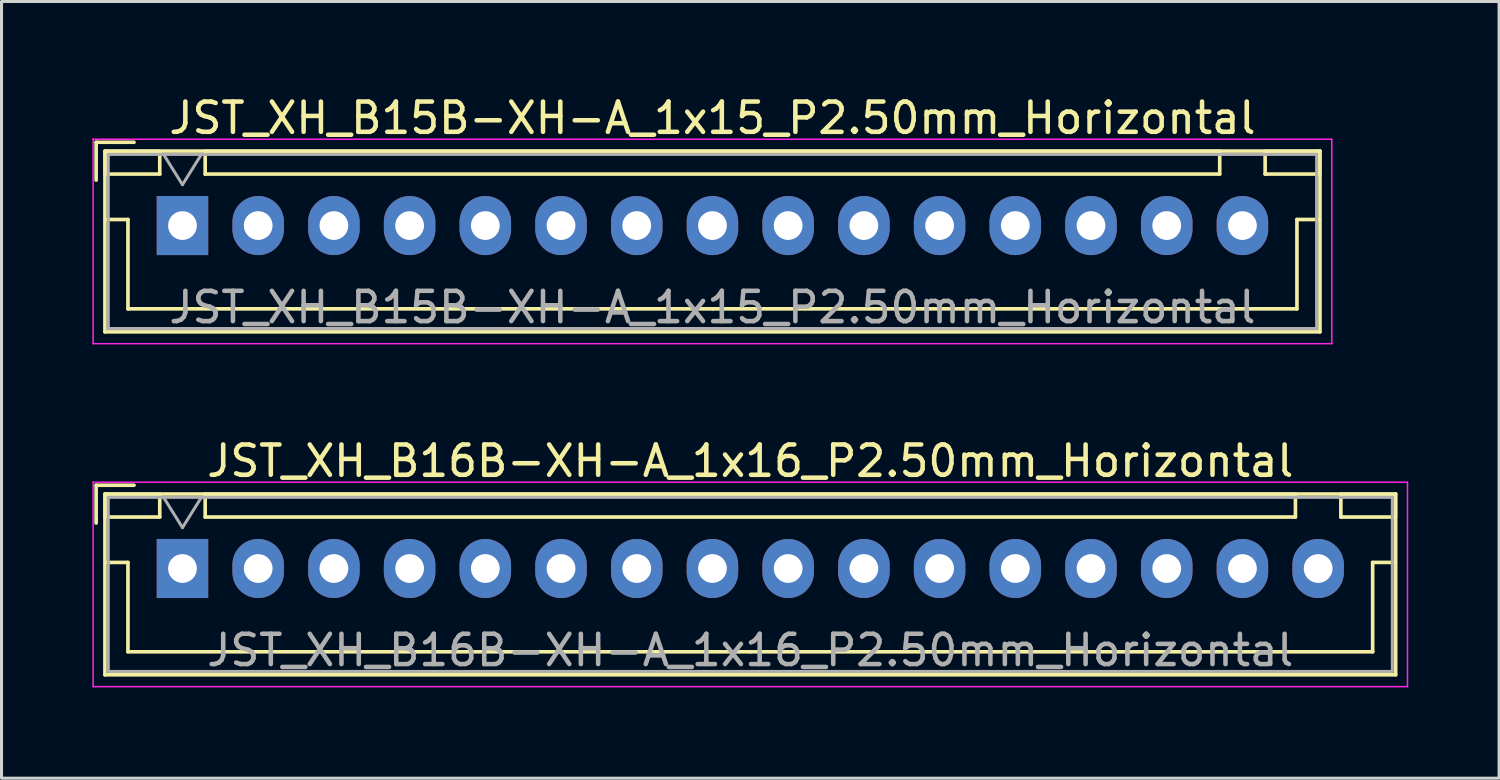
<source format=kicad_pcb>
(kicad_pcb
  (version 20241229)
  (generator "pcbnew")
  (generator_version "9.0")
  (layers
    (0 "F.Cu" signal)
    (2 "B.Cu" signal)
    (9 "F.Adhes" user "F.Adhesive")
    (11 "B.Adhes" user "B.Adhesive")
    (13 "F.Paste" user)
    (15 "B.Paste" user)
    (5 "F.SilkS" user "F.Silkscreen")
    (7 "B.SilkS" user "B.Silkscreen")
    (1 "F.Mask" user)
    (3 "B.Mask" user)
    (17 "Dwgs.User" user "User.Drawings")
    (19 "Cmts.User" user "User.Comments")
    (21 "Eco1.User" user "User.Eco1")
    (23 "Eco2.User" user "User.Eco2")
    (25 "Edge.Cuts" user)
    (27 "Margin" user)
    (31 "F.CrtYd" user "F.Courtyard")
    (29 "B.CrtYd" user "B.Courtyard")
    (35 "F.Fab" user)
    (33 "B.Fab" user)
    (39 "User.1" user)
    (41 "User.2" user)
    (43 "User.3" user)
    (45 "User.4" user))
  (footprint "JST_XH_B15B-XH-A_1x15_P2.50mm_Horizontal"
    (layer "F.Cu")
    (at 2.975 4.398)
    (property "Reference" "JST_XH_B15B-XH-A_1x15_P2.50mm_Horizontal" (at 17.5 -3.55 0) (layer "F.SilkS") (effects (font (size 1 1) (thickness 0.15))))
    (attr through_hole)
    (fp_line (start -2.85 -2.75) (end -2.85 -1.5) (stroke (width 0.12) (type solid)) (layer "F.SilkS"))
    (fp_line (start -2.56 -2.46) (end -2.56 3.51) (stroke (width 0.12) (type solid)) (layer "F.SilkS"))
    (fp_line (start -2.56 3.51) (end 37.56 3.51) (stroke (width 0.12) (type solid)) (layer "F.SilkS"))
    (fp_line (start -2.55 -2.45) (end -2.55 -1.7) (stroke (width 0.12) (type solid)) (layer "F.SilkS"))
    (fp_line (start -2.55 -1.7) (end -0.75 -1.7) (stroke (width 0.12) (type solid)) (layer "F.SilkS"))
    (fp_line (start -2.55 -0.2) (end -1.8 -0.2) (stroke (width 0.12) (type solid)) (layer "F.SilkS"))
    (fp_line (start -1.8 -0.2) (end -1.8 2.75) (stroke (width 0.12) (type solid)) (layer "F.SilkS"))
    (fp_line (start -1.8 2.75) (end 17.5 2.75) (stroke (width 0.12) (type solid)) (layer "F.SilkS"))
    (fp_line (start -1.6 -2.75) (end -2.85 -2.75) (stroke (width 0.12) (type solid)) (layer "F.SilkS"))
    (fp_line (start -0.75 -2.45) (end -2.55 -2.45) (stroke (width 0.12) (type solid)) (layer "F.SilkS"))
    (fp_line (start -0.75 -1.7) (end -0.75 -2.45) (stroke (width 0.12) (type solid)) (layer "F.SilkS"))
    (fp_line (start 0.75 -2.45) (end 0.75 -1.7) (stroke (width 0.12) (type solid)) (layer "F.SilkS"))
    (fp_line (start 0.75 -1.7) (end 34.25 -1.7) (stroke (width 0.12) (type solid)) (layer "F.SilkS"))
    (fp_line (start 34.25 -2.45) (end 0.75 -2.45) (stroke (width 0.12) (type solid)) (layer "F.SilkS"))
    (fp_line (start 34.25 -1.7) (end 34.25 -2.45) (stroke (width 0.12) (type solid)) (layer "F.SilkS"))
    (fp_line (start 35.75 -2.45) (end 35.75 -1.7) (stroke (width 0.12) (type solid)) (layer "F.SilkS"))
    (fp_line (start 35.75 -1.7) (end 37.55 -1.7) (stroke (width 0.12) (type solid)) (layer "F.SilkS"))
    (fp_line (start 36.8 -0.2) (end 36.8 2.75) (stroke (width 0.12) (type solid)) (layer "F.SilkS"))
    (fp_line (start 36.8 2.75) (end 17.5 2.75) (stroke (width 0.12) (type solid)) (layer "F.SilkS"))
    (fp_line (start 37.55 -2.45) (end 35.75 -2.45) (stroke (width 0.12) (type solid)) (layer "F.SilkS"))
    (fp_line (start 37.55 -1.7) (end 37.55 -2.45) (stroke (width 0.12) (type solid)) (layer "F.SilkS"))
    (fp_line (start 37.55 -0.2) (end 36.8 -0.2) (stroke (width 0.12) (type solid)) (layer "F.SilkS"))
    (fp_line (start 37.56 -2.46) (end -2.56 -2.46) (stroke (width 0.12) (type solid)) (layer "F.SilkS"))
    (fp_line (start 37.56 3.51) (end 37.56 -2.46) (stroke (width 0.12) (type solid)) (layer "F.SilkS"))
    (fp_line (start -2.95 -2.85) (end -2.95 3.9) (stroke (width 0.05) (type solid)) (layer "F.CrtYd"))
    (fp_line (start -2.95 3.9) (end 37.95 3.9) (stroke (width 0.05) (type solid)) (layer "F.CrtYd"))
    (fp_line (start 37.95 -2.85) (end -2.95 -2.85) (stroke (width 0.05) (type solid)) (layer "F.CrtYd"))
    (fp_line (start 37.95 3.9) (end 37.95 -2.85) (stroke (width 0.05) (type solid)) (layer "F.CrtYd"))
    (fp_line (start -2.45 -2.35) (end -2.45 3.4) (stroke (width 0.1) (type solid)) (layer "F.Fab"))
    (fp_line (start -2.45 3.4) (end 37.45 3.4) (stroke (width 0.1) (type solid)) (layer "F.Fab"))
    (fp_line (start -0.625 -2.35) (end 0 -1.35) (stroke (width 0.1) (type solid)) (layer "F.Fab"))
    (fp_line (start 0 -1.35) (end 0.625 -2.35) (stroke (width 0.1) (type solid)) (layer "F.Fab"))
    (fp_line (start 37.45 -2.35) (end -2.45 -2.35) (stroke (width 0.1) (type solid)) (layer "F.Fab"))
    (fp_line (start 37.45 3.4) (end 37.45 -2.35) (stroke (width 0.1) (type solid)) (layer "F.Fab"))
    (fp_text user "${REFERENCE}" (at 17.5 2.7 0) (layer "F.Fab") (effects (font (size 1 1) (thickness 0.15))))
    (pad "1" thru_hole rect (at 0 0) (size 1.7 1.95) (drill 0.95) (layers "*.Cu" "*.Mask"))
    (pad "2" thru_hole oval (at 2.5 0) (size 1.7 1.95) (drill 0.95) (layers "*.Cu" "*.Mask"))
    (pad "3" thru_hole oval (at 5 0) (size 1.7 1.95) (drill 0.95) (layers "*.Cu" "*.Mask"))
    (pad "4" thru_hole oval (at 7.5 0) (size 1.7 1.95) (drill 0.95) (layers "*.Cu" "*.Mask"))
    (pad "5" thru_hole oval (at 10 0) (size 1.7 1.95) (drill 0.95) (layers "*.Cu" "*.Mask"))
    (pad "6" thru_hole oval (at 12.5 0) (size 1.7 1.95) (drill 0.95) (layers "*.Cu" "*.Mask"))
    (pad "7" thru_hole oval (at 15 0) (size 1.7 1.95) (drill 0.95) (layers "*.Cu" "*.Mask"))
    (pad "8" thru_hole oval (at 17.5 0) (size 1.7 1.95) (drill 0.95) (layers "*.Cu" "*.Mask"))
    (pad "9" thru_hole oval (at 20 0) (size 1.7 1.95) (drill 0.95) (layers "*.Cu" "*.Mask"))
    (pad "10" thru_hole oval (at 22.5 0) (size 1.7 1.95) (drill 0.95) (layers "*.Cu" "*.Mask"))
    (pad "11" thru_hole oval (at 25 0) (size 1.7 1.95) (drill 0.95) (layers "*.Cu" "*.Mask"))
    (pad "12" thru_hole oval (at 27.5 0) (size 1.7 1.95) (drill 0.95) (layers "*.Cu" "*.Mask"))
    (pad "13" thru_hole oval (at 30 0) (size 1.7 1.95) (drill 0.95) (layers "*.Cu" "*.Mask"))
    (pad "14" thru_hole oval (at 32.5 0) (size 1.7 1.95) (drill 0.95) (layers "*.Cu" "*.Mask"))
    (pad "15" thru_hole oval (at 35 0) (size 1.7 1.95) (drill 0.95) (layers "*.Cu" "*.Mask")))
  (footprint "JST_XH_B16B-XH-A_1x16_P2.50mm_Horizontal"
    (layer "F.Cu")
    (at 2.975 15.722)
    (property "Reference" "JST_XH_B16B-XH-A_1x16_P2.50mm_Horizontal" (at 18.75 -3.55 0) (layer "F.SilkS") (effects (font (size 1 1) (thickness 0.15))))
    (attr through_hole)
    (fp_line (start -2.85 -2.75) (end -2.85 -1.5) (stroke (width 0.12) (type solid)) (layer "F.SilkS"))
    (fp_line (start -2.56 -2.46) (end -2.56 3.51) (stroke (width 0.12) (type solid)) (layer "F.SilkS"))
    (fp_line (start -2.56 3.51) (end 40.06 3.51) (stroke (width 0.12) (type solid)) (layer "F.SilkS"))
    (fp_line (start -2.55 -2.45) (end -2.55 -1.7) (stroke (width 0.12) (type solid)) (layer "F.SilkS"))
    (fp_line (start -2.55 -1.7) (end -0.75 -1.7) (stroke (width 0.12) (type solid)) (layer "F.SilkS"))
    (fp_line (start -2.55 -0.2) (end -1.8 -0.2) (stroke (width 0.12) (type solid)) (layer "F.SilkS"))
    (fp_line (start -1.8 -0.2) (end -1.8 2.75) (stroke (width 0.12) (type solid)) (layer "F.SilkS"))
    (fp_line (start -1.8 2.75) (end 18.75 2.75) (stroke (width 0.12) (type solid)) (layer "F.SilkS"))
    (fp_line (start -1.6 -2.75) (end -2.85 -2.75) (stroke (width 0.12) (type solid)) (layer "F.SilkS"))
    (fp_line (start -0.75 -2.45) (end -2.55 -2.45) (stroke (width 0.12) (type solid)) (layer "F.SilkS"))
    (fp_line (start -0.75 -1.7) (end -0.75 -2.45) (stroke (width 0.12) (type solid)) (layer "F.SilkS"))
    (fp_line (start 0.75 -2.45) (end 0.75 -1.7) (stroke (width 0.12) (type solid)) (layer "F.SilkS"))
    (fp_line (start 0.75 -1.7) (end 36.75 -1.7) (stroke (width 0.12) (type solid)) (layer "F.SilkS"))
    (fp_line (start 36.75 -2.45) (end 0.75 -2.45) (stroke (width 0.12) (type solid)) (layer "F.SilkS"))
    (fp_line (start 36.75 -1.7) (end 36.75 -2.45) (stroke (width 0.12) (type solid)) (layer "F.SilkS"))
    (fp_line (start 38.25 -2.45) (end 38.25 -1.7) (stroke (width 0.12) (type solid)) (layer "F.SilkS"))
    (fp_line (start 38.25 -1.7) (end 40.05 -1.7) (stroke (width 0.12) (type solid)) (layer "F.SilkS"))
    (fp_line (start 39.3 -0.2) (end 39.3 2.75) (stroke (width 0.12) (type solid)) (layer "F.SilkS"))
    (fp_line (start 39.3 2.75) (end 18.75 2.75) (stroke (width 0.12) (type solid)) (layer "F.SilkS"))
    (fp_line (start 40.05 -2.45) (end 38.25 -2.45) (stroke (width 0.12) (type solid)) (layer "F.SilkS"))
    (fp_line (start 40.05 -1.7) (end 40.05 -2.45) (stroke (width 0.12) (type solid)) (layer "F.SilkS"))
    (fp_line (start 40.05 -0.2) (end 39.3 -0.2) (stroke (width 0.12) (type solid)) (layer "F.SilkS"))
    (fp_line (start 40.06 -2.46) (end -2.56 -2.46) (stroke (width 0.12) (type solid)) (layer "F.SilkS"))
    (fp_line (start 40.06 3.51) (end 40.06 -2.46) (stroke (width 0.12) (type solid)) (layer "F.SilkS"))
    (fp_line (start -2.95 -2.85) (end -2.95 3.9) (stroke (width 0.05) (type solid)) (layer "F.CrtYd"))
    (fp_line (start -2.95 3.9) (end 40.45 3.9) (stroke (width 0.05) (type solid)) (layer "F.CrtYd"))
    (fp_line (start 40.45 -2.85) (end -2.95 -2.85) (stroke (width 0.05) (type solid)) (layer "F.CrtYd"))
    (fp_line (start 40.45 3.9) (end 40.45 -2.85) (stroke (width 0.05) (type solid)) (layer "F.CrtYd"))
    (fp_line (start -2.45 -2.35) (end -2.45 3.4) (stroke (width 0.1) (type solid)) (layer "F.Fab"))
    (fp_line (start -2.45 3.4) (end 39.95 3.4) (stroke (width 0.1) (type solid)) (layer "F.Fab"))
    (fp_line (start -0.625 -2.35) (end 0 -1.35) (stroke (width 0.1) (type solid)) (layer "F.Fab"))
    (fp_line (start 0 -1.35) (end 0.625 -2.35) (stroke (width 0.1) (type solid)) (layer "F.Fab"))
    (fp_line (start 39.95 -2.35) (end -2.45 -2.35) (stroke (width 0.1) (type solid)) (layer "F.Fab"))
    (fp_line (start 39.95 3.4) (end 39.95 -2.35) (stroke (width 0.1) (type solid)) (layer "F.Fab"))
    (fp_text user "${REFERENCE}" (at 18.75 2.7 0) (layer "F.Fab") (effects (font (size 1 1) (thickness 0.15))))
    (pad "1" thru_hole rect (at 0 0) (size 1.7 1.95) (drill 0.95) (layers "*.Cu" "*.Mask"))
    (pad "2" thru_hole oval (at 2.5 0) (size 1.7 1.95) (drill 0.95) (layers "*.Cu" "*.Mask"))
    (pad "3" thru_hole oval (at 5 0) (size 1.7 1.95) (drill 0.95) (layers "*.Cu" "*.Mask"))
    (pad "4" thru_hole oval (at 7.5 0) (size 1.7 1.95) (drill 0.95) (layers "*.Cu" "*.Mask"))
    (pad "5" thru_hole oval (at 10 0) (size 1.7 1.95) (drill 0.95) (layers "*.Cu" "*.Mask"))
    (pad "6" thru_hole oval (at 12.5 0) (size 1.7 1.95) (drill 0.95) (layers "*.Cu" "*.Mask"))
    (pad "7" thru_hole oval (at 15 0) (size 1.7 1.95) (drill 0.95) (layers "*.Cu" "*.Mask"))
    (pad "8" thru_hole oval (at 17.5 0) (size 1.7 1.95) (drill 0.95) (layers "*.Cu" "*.Mask"))
    (pad "9" thru_hole oval (at 20 0) (size 1.7 1.95) (drill 0.95) (layers "*.Cu" "*.Mask"))
    (pad "10" thru_hole oval (at 22.5 0) (size 1.7 1.95) (drill 0.95) (layers "*.Cu" "*.Mask"))
    (pad "11" thru_hole oval (at 25 0) (size 1.7 1.95) (drill 0.95) (layers "*.Cu" "*.Mask"))
    (pad "12" thru_hole oval (at 27.5 0) (size 1.7 1.95) (drill 0.95) (layers "*.Cu" "*.Mask"))
    (pad "13" thru_hole oval (at 30 0) (size 1.7 1.95) (drill 0.95) (layers "*.Cu" "*.Mask"))
    (pad "14" thru_hole oval (at 32.5 0) (size 1.7 1.95) (drill 0.95) (layers "*.Cu" "*.Mask"))
    (pad "15" thru_hole oval (at 35 0) (size 1.7 1.95) (drill 0.95) (layers "*.Cu" "*.Mask"))
    (pad "16" thru_hole oval (at 37.5 0) (size 1.7 1.95) (drill 0.95) (layers "*.Cu" "*.Mask")))
  (gr_rect
    (start -3 -3)
    (end 46.45 22.646)
    (stroke (width 0.1) (type default))
    (fill no)
    (layer "Edge.Cuts")))
</source>
